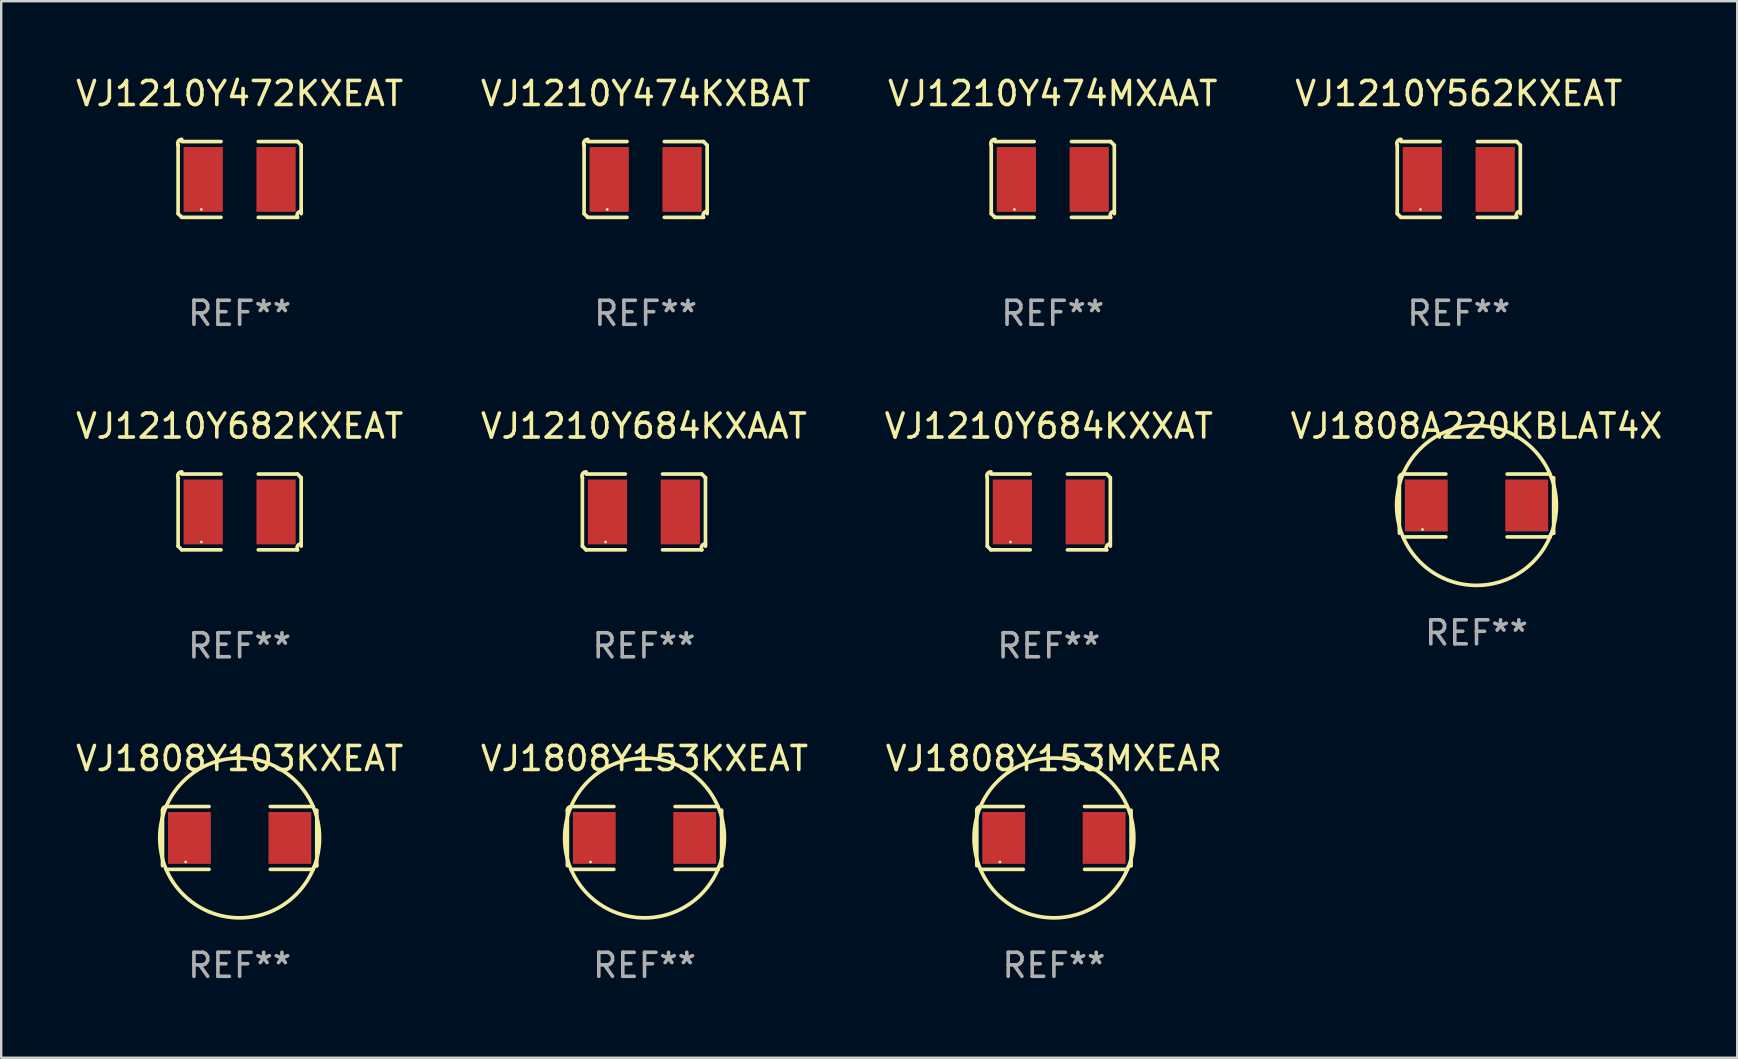
<source format=kicad_pcb>
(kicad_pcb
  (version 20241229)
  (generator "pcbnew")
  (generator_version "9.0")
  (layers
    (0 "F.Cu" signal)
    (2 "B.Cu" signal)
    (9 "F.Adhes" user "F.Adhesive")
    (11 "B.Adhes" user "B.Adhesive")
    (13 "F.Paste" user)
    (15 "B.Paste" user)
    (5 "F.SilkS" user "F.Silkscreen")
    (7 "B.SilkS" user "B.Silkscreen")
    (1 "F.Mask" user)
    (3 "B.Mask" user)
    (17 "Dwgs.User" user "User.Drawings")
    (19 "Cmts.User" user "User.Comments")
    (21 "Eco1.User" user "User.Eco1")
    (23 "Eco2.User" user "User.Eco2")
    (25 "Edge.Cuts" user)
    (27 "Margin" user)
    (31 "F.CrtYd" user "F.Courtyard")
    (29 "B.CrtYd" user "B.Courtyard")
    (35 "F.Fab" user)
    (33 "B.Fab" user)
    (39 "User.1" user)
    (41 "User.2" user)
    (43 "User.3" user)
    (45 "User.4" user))
  (footprint "VJ1210Y684KXAAT"
    (layer "F.Cu")
    (at 23.78 18.281)
    (property "Reference" "VJ1210Y684KXAAT" (at 0 -3.579 0) (layer "F.SilkS") (effects (font (size 1 1) (thickness 0.15))))
    (attr through_hole)
    (fp_line (start -2.564 1.426) (end -2.564 -1.426) (stroke (width 0.152) (type solid)) (layer "F.SilkS"))
    (fp_line (start -2.411 -1.579) (end -0.776 -1.579) (stroke (width 0.152) (type solid)) (layer "F.SilkS"))
    (fp_line (start -0.776 1.579) (end -2.411 1.579) (stroke (width 0.152) (type solid)) (layer "F.SilkS"))
    (fp_line (start 0.776 1.579) (end 2.411 1.579) (stroke (width 0.152) (type solid)) (layer "F.SilkS"))
    (fp_line (start 2.411 -1.579) (end 0.776 -1.579) (stroke (width 0.152) (type solid)) (layer "F.SilkS"))
    (fp_line (start 2.564 1.426) (end 2.564 -1.426) (stroke (width 0.152) (type solid)) (layer "F.SilkS"))
    (fp_arc (start -2.563602 -1.426213) (mid -2.555597 -1.591233) (end -2.411201 -1.671518) (stroke (width 0.1524) (type solid)) (layer "F.SilkS"))
    (fp_arc (start -2.5636 1.426214) (mid -2.487389 1.502402) (end -2.411201 1.578613) (stroke (width 0.1524) (type solid)) (layer "F.SilkS"))
    (fp_arc (start 2.411197 -1.578618) (mid 2.487403 -1.502419) (end 2.563602 -1.426213) (stroke (width 0.1524) (type solid)) (layer "F.SilkS"))
    (fp_arc (start 2.411201 1.578613) (mid 2.416214 1.409455) (end 2.563602 1.32629) (stroke (width 0.1524) (type solid)) (layer "F.SilkS"))
    (fp_circle (center -1.6 1.25) (end -1.57 1.25) (stroke (width 0.06) (type solid)) (fill no) (layer "F.SilkS"))
    (fp_text user "REF**" (at 0 5.579 0) (layer "F.Fab") (effects (font (size 1 1) (thickness 0.15))))
    (pad "1" smd rect (at -1.517 0) (size 1.635 2.7) (layers "F.Cu" "F.Mask" "F.Paste"))
    (pad "2" smd rect (at 1.517 0) (size 1.635 2.7) (layers "F.Cu" "F.Mask" "F.Paste")))
  (footprint "VJ1210Y474MXAAT"
    (layer "F.Cu")
    (at 40.815 4.427)
    (property "Reference" "VJ1210Y474MXAAT" (at 0 -3.579 0) (layer "F.SilkS") (effects (font (size 1 1) (thickness 0.15))))
    (attr through_hole)
    (fp_line (start -2.564 1.426) (end -2.564 -1.426) (stroke (width 0.152) (type solid)) (layer "F.SilkS"))
    (fp_line (start -2.411 -1.579) (end -0.776 -1.579) (stroke (width 0.152) (type solid)) (layer "F.SilkS"))
    (fp_line (start -0.776 1.579) (end -2.411 1.579) (stroke (width 0.152) (type solid)) (layer "F.SilkS"))
    (fp_line (start 0.776 1.579) (end 2.411 1.579) (stroke (width 0.152) (type solid)) (layer "F.SilkS"))
    (fp_line (start 2.411 -1.579) (end 0.776 -1.579) (stroke (width 0.152) (type solid)) (layer "F.SilkS"))
    (fp_line (start 2.564 1.426) (end 2.564 -1.426) (stroke (width 0.152) (type solid)) (layer "F.SilkS"))
    (fp_arc (start -2.563602 -1.426213) (mid -2.555597 -1.591233) (end -2.411201 -1.671518) (stroke (width 0.1524) (type solid)) (layer "F.SilkS"))
    (fp_arc (start -2.5636 1.426214) (mid -2.487389 1.502402) (end -2.411201 1.578613) (stroke (width 0.1524) (type solid)) (layer "F.SilkS"))
    (fp_arc (start 2.411197 -1.578618) (mid 2.487403 -1.502419) (end 2.563602 -1.426213) (stroke (width 0.1524) (type solid)) (layer "F.SilkS"))
    (fp_arc (start 2.411201 1.578613) (mid 2.416214 1.409455) (end 2.563602 1.32629) (stroke (width 0.1524) (type solid)) (layer "F.SilkS"))
    (fp_circle (center -1.6 1.25) (end -1.57 1.25) (stroke (width 0.06) (type solid)) (fill no) (layer "F.SilkS"))
    (fp_text user "REF**" (at 0 5.579 0) (layer "F.Fab") (effects (font (size 1 1) (thickness 0.15))))
    (pad "1" smd rect (at -1.517 0) (size 1.635 2.7) (layers "F.Cu" "F.Mask" "F.Paste"))
    (pad "2" smd rect (at 1.517 0) (size 1.635 2.7) (layers "F.Cu" "F.Mask" "F.Paste")))
  (footprint "VJ1808Y103KXEAT"
    (layer "F.Cu")
    (at 6.935 31.864)
    (property "Reference" "VJ1808Y103KXEAT" (at 0 -3.309 0) (layer "F.SilkS") (effects (font (size 1 1) (thickness 0.15))))
    (attr through_hole)
    (fp_line (start -3.214 -1.156) (end -3.214 1.156) (stroke (width 0.152) (type solid)) (layer "F.SilkS"))
    (fp_line (start -3.061 1.309) (end -1.276 1.309) (stroke (width 0.152) (type solid)) (layer "F.SilkS"))
    (fp_line (start -1.276 -1.309) (end -3.061 -1.309) (stroke (width 0.152) (type solid)) (layer "F.SilkS"))
    (fp_line (start 1.276 -1.309) (end 3.061 -1.309) (stroke (width 0.152) (type solid)) (layer "F.SilkS"))
    (fp_line (start 3.061 1.309) (end 1.276 1.309) (stroke (width 0.152) (type solid)) (layer "F.SilkS"))
    (fp_line (start 3.214 -1.156) (end 3.214 1.156) (stroke (width 0.152) (type solid)) (layer "F.SilkS"))
    (fp_arc (start -3.21359 -1.15621) (mid -3.168953 -1.263974) (end -3.061189 -1.308611) (stroke (width 0.1524) (type solid)) (layer "F.SilkS"))
    (fp_arc (start 3.061188 1.308611) (mid 3.105825 1.200847) (end 3.213589 1.15621) (stroke (width 0.1524) (type solid)) (layer "F.SilkS"))
    (fp_arc (start 3.061189 -1.308611) (mid -3.061167 1.308589) (end 3.061189 -1.308611) (stroke (width 0.1524) (type solid)) (layer "F.SilkS"))
    (fp_circle (center -2.25 1) (end -2.22 1) (stroke (width 0.06) (type solid)) (fill no) (layer "F.SilkS"))
    (fp_text user "REF**" (at 0 5.309 0) (layer "F.Fab") (effects (font (size 1 1) (thickness 0.15))))
    (pad "1" smd rect (at -2.092 0) (size 1.785 2.16) (layers "F.Cu" "F.Mask" "F.Paste"))
    (pad "2" smd rect (at 2.092 0) (size 1.785 2.16) (layers "F.Cu" "F.Mask" "F.Paste")))
  (footprint "VJ1210Y682KXEAT"
    (layer "F.Cu")
    (at 6.935 18.281)
    (property "Reference" "VJ1210Y682KXEAT" (at 0 -3.579 0) (layer "F.SilkS") (effects (font (size 1 1) (thickness 0.15))))
    (attr through_hole)
    (fp_line (start -2.564 1.426) (end -2.564 -1.426) (stroke (width 0.152) (type solid)) (layer "F.SilkS"))
    (fp_line (start -2.411 -1.579) (end -0.776 -1.579) (stroke (width 0.152) (type solid)) (layer "F.SilkS"))
    (fp_line (start -0.776 1.579) (end -2.411 1.579) (stroke (width 0.152) (type solid)) (layer "F.SilkS"))
    (fp_line (start 0.776 1.579) (end 2.411 1.579) (stroke (width 0.152) (type solid)) (layer "F.SilkS"))
    (fp_line (start 2.411 -1.579) (end 0.776 -1.579) (stroke (width 0.152) (type solid)) (layer "F.SilkS"))
    (fp_line (start 2.564 1.426) (end 2.564 -1.426) (stroke (width 0.152) (type solid)) (layer "F.SilkS"))
    (fp_arc (start -2.563602 -1.426213) (mid -2.555597 -1.591233) (end -2.411201 -1.671518) (stroke (width 0.1524) (type solid)) (layer "F.SilkS"))
    (fp_arc (start -2.5636 1.426214) (mid -2.487389 1.502402) (end -2.411201 1.578613) (stroke (width 0.1524) (type solid)) (layer "F.SilkS"))
    (fp_arc (start 2.411197 -1.578618) (mid 2.487403 -1.502419) (end 2.563602 -1.426213) (stroke (width 0.1524) (type solid)) (layer "F.SilkS"))
    (fp_arc (start 2.411201 1.578613) (mid 2.416214 1.409455) (end 2.563602 1.32629) (stroke (width 0.1524) (type solid)) (layer "F.SilkS"))
    (fp_circle (center -1.6 1.25) (end -1.57 1.25) (stroke (width 0.06) (type solid)) (fill no) (layer "F.SilkS"))
    (fp_text user "REF**" (at 0 5.579 0) (layer "F.Fab") (effects (font (size 1 1) (thickness 0.15))))
    (pad "1" smd rect (at -1.517 0) (size 1.635 2.7) (layers "F.Cu" "F.Mask" "F.Paste"))
    (pad "2" smd rect (at 1.517 0) (size 1.635 2.7) (layers "F.Cu" "F.Mask" "F.Paste")))
  (footprint "VJ1808Y153MXEAR"
    (layer "F.Cu")
    (at 40.863 31.864)
    (property "Reference" "VJ1808Y153MXEAR" (at 0 -3.309 0) (layer "F.SilkS") (effects (font (size 1 1) (thickness 0.15))))
    (attr through_hole)
    (fp_line (start -3.214 -1.156) (end -3.214 1.156) (stroke (width 0.152) (type solid)) (layer "F.SilkS"))
    (fp_line (start -3.061 1.309) (end -1.276 1.309) (stroke (width 0.152) (type solid)) (layer "F.SilkS"))
    (fp_line (start -1.276 -1.309) (end -3.061 -1.309) (stroke (width 0.152) (type solid)) (layer "F.SilkS"))
    (fp_line (start 1.276 -1.309) (end 3.061 -1.309) (stroke (width 0.152) (type solid)) (layer "F.SilkS"))
    (fp_line (start 3.061 1.309) (end 1.276 1.309) (stroke (width 0.152) (type solid)) (layer "F.SilkS"))
    (fp_line (start 3.214 -1.156) (end 3.214 1.156) (stroke (width 0.152) (type solid)) (layer "F.SilkS"))
    (fp_arc (start -3.21359 -1.15621) (mid -3.168953 -1.263974) (end -3.061189 -1.308611) (stroke (width 0.1524) (type solid)) (layer "F.SilkS"))
    (fp_arc (start 3.061188 1.308611) (mid 3.105825 1.200847) (end 3.213589 1.15621) (stroke (width 0.1524) (type solid)) (layer "F.SilkS"))
    (fp_arc (start 3.061189 -1.308611) (mid -3.061167 1.308589) (end 3.061189 -1.308611) (stroke (width 0.1524) (type solid)) (layer "F.SilkS"))
    (fp_circle (center -2.25 1) (end -2.22 1) (stroke (width 0.06) (type solid)) (fill no) (layer "F.SilkS"))
    (fp_text user "REF**" (at 0 5.309 0) (layer "F.Fab") (effects (font (size 1 1) (thickness 0.15))))
    (pad "1" smd rect (at -2.092 0) (size 1.785 2.16) (layers "F.Cu" "F.Mask" "F.Paste"))
    (pad "2" smd rect (at 2.092 0) (size 1.785 2.16) (layers "F.Cu" "F.Mask" "F.Paste")))
  (footprint "VJ1210Y562KXEAT"
    (layer "F.Cu")
    (at 57.732 4.427)
    (property "Reference" "VJ1210Y562KXEAT" (at 0 -3.579 0) (layer "F.SilkS") (effects (font (size 1 1) (thickness 0.15))))
    (attr through_hole)
    (fp_line (start -2.564 1.426) (end -2.564 -1.426) (stroke (width 0.152) (type solid)) (layer "F.SilkS"))
    (fp_line (start -2.411 -1.579) (end -0.776 -1.579) (stroke (width 0.152) (type solid)) (layer "F.SilkS"))
    (fp_line (start -0.776 1.579) (end -2.411 1.579) (stroke (width 0.152) (type solid)) (layer "F.SilkS"))
    (fp_line (start 0.776 1.579) (end 2.411 1.579) (stroke (width 0.152) (type solid)) (layer "F.SilkS"))
    (fp_line (start 2.411 -1.579) (end 0.776 -1.579) (stroke (width 0.152) (type solid)) (layer "F.SilkS"))
    (fp_line (start 2.564 1.426) (end 2.564 -1.426) (stroke (width 0.152) (type solid)) (layer "F.SilkS"))
    (fp_arc (start -2.563602 -1.426213) (mid -2.555597 -1.591233) (end -2.411201 -1.671518) (stroke (width 0.1524) (type solid)) (layer "F.SilkS"))
    (fp_arc (start -2.5636 1.426214) (mid -2.487389 1.502402) (end -2.411201 1.578613) (stroke (width 0.1524) (type solid)) (layer "F.SilkS"))
    (fp_arc (start 2.411197 -1.578618) (mid 2.487403 -1.502419) (end 2.563602 -1.426213) (stroke (width 0.1524) (type solid)) (layer "F.SilkS"))
    (fp_arc (start 2.411201 1.578613) (mid 2.416214 1.409455) (end 2.563602 1.32629) (stroke (width 0.1524) (type solid)) (layer "F.SilkS"))
    (fp_circle (center -1.6 1.25) (end -1.57 1.25) (stroke (width 0.06) (type solid)) (fill no) (layer "F.SilkS"))
    (fp_text user "REF**" (at 0 5.579 0) (layer "F.Fab") (effects (font (size 1 1) (thickness 0.15))))
    (pad "1" smd rect (at -1.517 0) (size 1.635 2.7) (layers "F.Cu" "F.Mask" "F.Paste"))
    (pad "2" smd rect (at 1.517 0) (size 1.635 2.7) (layers "F.Cu" "F.Mask" "F.Paste")))
  (footprint "VJ1808A220KBLAT4X"
    (layer "F.Cu")
    (at 58.47 18.011)
    (property "Reference" "VJ1808A220KBLAT4X" (at 0 -3.309 0) (layer "F.SilkS") (effects (font (size 1 1) (thickness 0.15))))
    (attr through_hole)
    (fp_line (start -3.214 -1.156) (end -3.214 1.156) (stroke (width 0.152) (type solid)) (layer "F.SilkS"))
    (fp_line (start -3.061 1.309) (end -1.276 1.309) (stroke (width 0.152) (type solid)) (layer "F.SilkS"))
    (fp_line (start -1.276 -1.309) (end -3.061 -1.309) (stroke (width 0.152) (type solid)) (layer "F.SilkS"))
    (fp_line (start 1.276 -1.309) (end 3.061 -1.309) (stroke (width 0.152) (type solid)) (layer "F.SilkS"))
    (fp_line (start 3.061 1.309) (end 1.276 1.309) (stroke (width 0.152) (type solid)) (layer "F.SilkS"))
    (fp_line (start 3.214 -1.156) (end 3.214 1.156) (stroke (width 0.152) (type solid)) (layer "F.SilkS"))
    (fp_arc (start -3.21359 -1.15621) (mid -3.168953 -1.263974) (end -3.061189 -1.308611) (stroke (width 0.1524) (type solid)) (layer "F.SilkS"))
    (fp_arc (start 3.061188 1.308611) (mid 3.105825 1.200847) (end 3.213589 1.15621) (stroke (width 0.1524) (type solid)) (layer "F.SilkS"))
    (fp_arc (start 3.061189 -1.308611) (mid -3.061167 1.308589) (end 3.061189 -1.308611) (stroke (width 0.1524) (type solid)) (layer "F.SilkS"))
    (fp_circle (center -2.25 1) (end -2.22 1) (stroke (width 0.06) (type solid)) (fill no) (layer "F.SilkS"))
    (fp_text user "REF**" (at 0 5.309 0) (layer "F.Fab") (effects (font (size 1 1) (thickness 0.15))))
    (pad "1" smd rect (at -2.092 0) (size 1.785 2.16) (layers "F.Cu" "F.Mask" "F.Paste"))
    (pad "2" smd rect (at 2.092 0) (size 1.785 2.16) (layers "F.Cu" "F.Mask" "F.Paste")))
  (footprint "VJ1210Y684KXXAT"
    (layer "F.Cu")
    (at 40.649 18.281)
    (property "Reference" "VJ1210Y684KXXAT" (at 0 -3.579 0) (layer "F.SilkS") (effects (font (size 1 1) (thickness 0.15))))
    (attr through_hole)
    (fp_line (start -2.564 1.426) (end -2.564 -1.426) (stroke (width 0.152) (type solid)) (layer "F.SilkS"))
    (fp_line (start -2.411 -1.579) (end -0.776 -1.579) (stroke (width 0.152) (type solid)) (layer "F.SilkS"))
    (fp_line (start -0.776 1.579) (end -2.411 1.579) (stroke (width 0.152) (type solid)) (layer "F.SilkS"))
    (fp_line (start 0.776 1.579) (end 2.411 1.579) (stroke (width 0.152) (type solid)) (layer "F.SilkS"))
    (fp_line (start 2.411 -1.579) (end 0.776 -1.579) (stroke (width 0.152) (type solid)) (layer "F.SilkS"))
    (fp_line (start 2.564 1.426) (end 2.564 -1.426) (stroke (width 0.152) (type solid)) (layer "F.SilkS"))
    (fp_arc (start -2.563602 -1.426213) (mid -2.555597 -1.591233) (end -2.411201 -1.671518) (stroke (width 0.1524) (type solid)) (layer "F.SilkS"))
    (fp_arc (start -2.5636 1.426214) (mid -2.487389 1.502402) (end -2.411201 1.578613) (stroke (width 0.1524) (type solid)) (layer "F.SilkS"))
    (fp_arc (start 2.411197 -1.578618) (mid 2.487403 -1.502419) (end 2.563602 -1.426213) (stroke (width 0.1524) (type solid)) (layer "F.SilkS"))
    (fp_arc (start 2.411201 1.578613) (mid 2.416214 1.409455) (end 2.563602 1.32629) (stroke (width 0.1524) (type solid)) (layer "F.SilkS"))
    (fp_circle (center -1.6 1.25) (end -1.57 1.25) (stroke (width 0.06) (type solid)) (fill no) (layer "F.SilkS"))
    (fp_text user "REF**" (at 0 5.579 0) (layer "F.Fab") (effects (font (size 1 1) (thickness 0.15))))
    (pad "1" smd rect (at -1.517 0) (size 1.635 2.7) (layers "F.Cu" "F.Mask" "F.Paste"))
    (pad "2" smd rect (at 1.517 0) (size 1.635 2.7) (layers "F.Cu" "F.Mask" "F.Paste")))
  (footprint "VJ1210Y472KXEAT"
    (layer "F.Cu")
    (at 6.935 4.427)
    (property "Reference" "VJ1210Y472KXEAT" (at 0 -3.579 0) (layer "F.SilkS") (effects (font (size 1 1) (thickness 0.15))))
    (attr through_hole)
    (fp_line (start -2.564 1.426) (end -2.564 -1.426) (stroke (width 0.152) (type solid)) (layer "F.SilkS"))
    (fp_line (start -2.411 -1.579) (end -0.776 -1.579) (stroke (width 0.152) (type solid)) (layer "F.SilkS"))
    (fp_line (start -0.776 1.579) (end -2.411 1.579) (stroke (width 0.152) (type solid)) (layer "F.SilkS"))
    (fp_line (start 0.776 1.579) (end 2.411 1.579) (stroke (width 0.152) (type solid)) (layer "F.SilkS"))
    (fp_line (start 2.411 -1.579) (end 0.776 -1.579) (stroke (width 0.152) (type solid)) (layer "F.SilkS"))
    (fp_line (start 2.564 1.426) (end 2.564 -1.426) (stroke (width 0.152) (type solid)) (layer "F.SilkS"))
    (fp_arc (start -2.563602 -1.426213) (mid -2.555597 -1.591233) (end -2.411201 -1.671518) (stroke (width 0.1524) (type solid)) (layer "F.SilkS"))
    (fp_arc (start -2.5636 1.426214) (mid -2.487389 1.502402) (end -2.411201 1.578613) (stroke (width 0.1524) (type solid)) (layer "F.SilkS"))
    (fp_arc (start 2.411197 -1.578618) (mid 2.487403 -1.502419) (end 2.563602 -1.426213) (stroke (width 0.1524) (type solid)) (layer "F.SilkS"))
    (fp_arc (start 2.411201 1.578613) (mid 2.416214 1.409455) (end 2.563602 1.32629) (stroke (width 0.1524) (type solid)) (layer "F.SilkS"))
    (fp_circle (center -1.6 1.25) (end -1.57 1.25) (stroke (width 0.06) (type solid)) (fill no) (layer "F.SilkS"))
    (fp_text user "REF**" (at 0 5.579 0) (layer "F.Fab") (effects (font (size 1 1) (thickness 0.15))))
    (pad "1" smd rect (at -1.517 0) (size 1.635 2.7) (layers "F.Cu" "F.Mask" "F.Paste"))
    (pad "2" smd rect (at 1.517 0) (size 1.635 2.7) (layers "F.Cu" "F.Mask" "F.Paste")))
  (footprint "VJ1808Y153KXEAT"
    (layer "F.Cu")
    (at 23.804 31.864)
    (property "Reference" "VJ1808Y153KXEAT" (at 0 -3.309 0) (layer "F.SilkS") (effects (font (size 1 1) (thickness 0.15))))
    (attr through_hole)
    (fp_line (start -3.214 -1.156) (end -3.214 1.156) (stroke (width 0.152) (type solid)) (layer "F.SilkS"))
    (fp_line (start -3.061 1.309) (end -1.276 1.309) (stroke (width 0.152) (type solid)) (layer "F.SilkS"))
    (fp_line (start -1.276 -1.309) (end -3.061 -1.309) (stroke (width 0.152) (type solid)) (layer "F.SilkS"))
    (fp_line (start 1.276 -1.309) (end 3.061 -1.309) (stroke (width 0.152) (type solid)) (layer "F.SilkS"))
    (fp_line (start 3.061 1.309) (end 1.276 1.309) (stroke (width 0.152) (type solid)) (layer "F.SilkS"))
    (fp_line (start 3.214 -1.156) (end 3.214 1.156) (stroke (width 0.152) (type solid)) (layer "F.SilkS"))
    (fp_arc (start -3.21359 -1.15621) (mid -3.168953 -1.263974) (end -3.061189 -1.308611) (stroke (width 0.1524) (type solid)) (layer "F.SilkS"))
    (fp_arc (start 3.061188 1.308611) (mid 3.105825 1.200847) (end 3.213589 1.15621) (stroke (width 0.1524) (type solid)) (layer "F.SilkS"))
    (fp_arc (start 3.061189 -1.308611) (mid -3.061167 1.308589) (end 3.061189 -1.308611) (stroke (width 0.1524) (type solid)) (layer "F.SilkS"))
    (fp_circle (center -2.25 1) (end -2.22 1) (stroke (width 0.06) (type solid)) (fill no) (layer "F.SilkS"))
    (fp_text user "REF**" (at 0 5.309 0) (layer "F.Fab") (effects (font (size 1 1) (thickness 0.15))))
    (pad "1" smd rect (at -2.092 0) (size 1.785 2.16) (layers "F.Cu" "F.Mask" "F.Paste"))
    (pad "2" smd rect (at 2.092 0) (size 1.785 2.16) (layers "F.Cu" "F.Mask" "F.Paste")))
  (footprint "VJ1210Y474KXBAT"
    (layer "F.Cu")
    (at 23.851 4.427)
    (property "Reference" "VJ1210Y474KXBAT" (at 0 -3.579 0) (layer "F.SilkS") (effects (font (size 1 1) (thickness 0.15))))
    (attr through_hole)
    (fp_line (start -2.564 1.426) (end -2.564 -1.426) (stroke (width 0.152) (type solid)) (layer "F.SilkS"))
    (fp_line (start -2.411 -1.579) (end -0.776 -1.579) (stroke (width 0.152) (type solid)) (layer "F.SilkS"))
    (fp_line (start -0.776 1.579) (end -2.411 1.579) (stroke (width 0.152) (type solid)) (layer "F.SilkS"))
    (fp_line (start 0.776 1.579) (end 2.411 1.579) (stroke (width 0.152) (type solid)) (layer "F.SilkS"))
    (fp_line (start 2.411 -1.579) (end 0.776 -1.579) (stroke (width 0.152) (type solid)) (layer "F.SilkS"))
    (fp_line (start 2.564 1.426) (end 2.564 -1.426) (stroke (width 0.152) (type solid)) (layer "F.SilkS"))
    (fp_arc (start -2.563602 -1.426213) (mid -2.555597 -1.591233) (end -2.411201 -1.671518) (stroke (width 0.1524) (type solid)) (layer "F.SilkS"))
    (fp_arc (start -2.5636 1.426214) (mid -2.487389 1.502402) (end -2.411201 1.578613) (stroke (width 0.1524) (type solid)) (layer "F.SilkS"))
    (fp_arc (start 2.411197 -1.578618) (mid 2.487403 -1.502419) (end 2.563602 -1.426213) (stroke (width 0.1524) (type solid)) (layer "F.SilkS"))
    (fp_arc (start 2.411201 1.578613) (mid 2.416214 1.409455) (end 2.563602 1.32629) (stroke (width 0.1524) (type solid)) (layer "F.SilkS"))
    (fp_circle (center -1.6 1.25) (end -1.57 1.25) (stroke (width 0.06) (type solid)) (fill no) (layer "F.SilkS"))
    (fp_text user "REF**" (at 0 5.579 0) (layer "F.Fab") (effects (font (size 1 1) (thickness 0.15))))
    (pad "1" smd rect (at -1.517 0) (size 1.635 2.7) (layers "F.Cu" "F.Mask" "F.Paste"))
    (pad "2" smd rect (at 1.517 0) (size 1.635 2.7) (layers "F.Cu" "F.Mask" "F.Paste")))
  (gr_rect
    (start -3 -3)
    (end 69.333 41.021)
    (stroke (width 0.1) (type default))
    (fill no)
    (layer "Edge.Cuts")))
</source>
